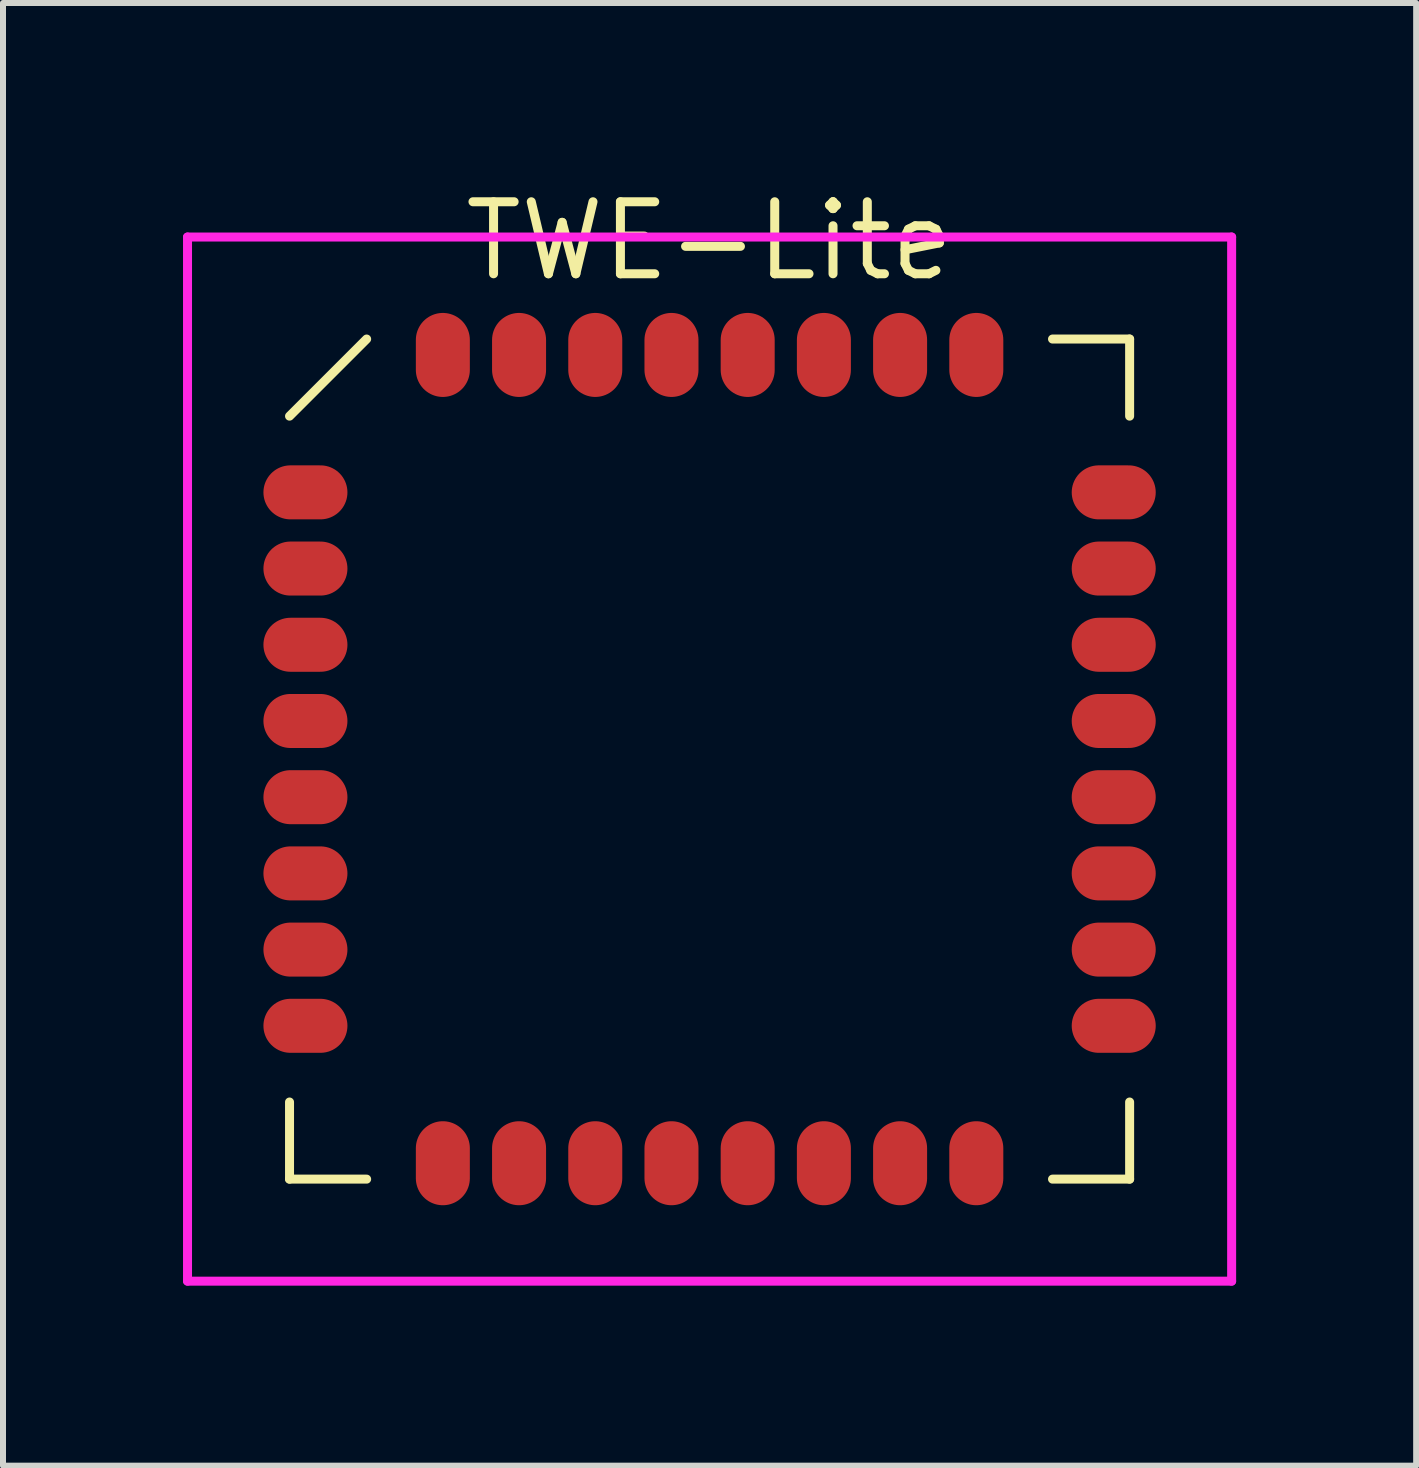
<source format=kicad_pcb>
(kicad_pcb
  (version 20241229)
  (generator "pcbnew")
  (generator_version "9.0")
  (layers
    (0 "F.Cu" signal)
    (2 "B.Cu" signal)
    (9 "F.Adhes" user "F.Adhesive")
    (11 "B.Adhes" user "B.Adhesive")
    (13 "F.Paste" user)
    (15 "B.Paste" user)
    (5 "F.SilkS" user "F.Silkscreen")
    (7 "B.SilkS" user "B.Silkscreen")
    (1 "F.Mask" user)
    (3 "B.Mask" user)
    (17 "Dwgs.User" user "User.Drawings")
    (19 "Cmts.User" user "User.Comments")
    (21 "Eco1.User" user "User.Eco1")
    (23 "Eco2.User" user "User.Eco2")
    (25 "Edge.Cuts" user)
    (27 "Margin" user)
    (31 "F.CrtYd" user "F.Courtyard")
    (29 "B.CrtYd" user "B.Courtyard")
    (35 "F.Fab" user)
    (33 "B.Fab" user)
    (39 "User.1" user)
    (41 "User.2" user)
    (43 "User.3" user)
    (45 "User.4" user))
  (footprint "TWE-Lite"
    (layer "F.Cu")
    (at 8.775 9.6)
    (property "Reference" "TWE-Lite" (at 0 -8.635 0) (layer "F.SilkS") (effects (font (size 1.2 1.2) (thickness 0.15))))
    (attr through_hole)
    (fp_line (start -7 -5.715) (end -5.715 -7) (stroke (width 0.15) (type solid)) (layer "F.SilkS"))
    (fp_line (start -7 7) (end -7 5.715) (stroke (width 0.15) (type solid)) (layer "F.SilkS"))
    (fp_line (start -5.715 7) (end -7 7) (stroke (width 0.15) (type solid)) (layer "F.SilkS"))
    (fp_line (start 5.715 -7) (end 7 -7) (stroke (width 0.15) (type solid)) (layer "F.SilkS"))
    (fp_line (start 5.715 7) (end 7 7) (stroke (width 0.15) (type solid)) (layer "F.SilkS"))
    (fp_line (start 7 -7) (end 7 -5.715) (stroke (width 0.15) (type solid)) (layer "F.SilkS"))
    (fp_line (start 7 7) (end 7 5.715) (stroke (width 0.15) (type solid)) (layer "F.SilkS"))
    (fp_line (start -8.7 -8.7) (end 8.7 -8.7) (stroke (width 0.15) (type solid)) (layer "F.CrtYd"))
    (fp_line (start -8.7 8.7) (end -8.7 -8.7) (stroke (width 0.15) (type solid)) (layer "F.CrtYd"))
    (fp_line (start 8.7 -8.7) (end 8.7 8.7) (stroke (width 0.15) (type solid)) (layer "F.CrtYd"))
    (fp_line (start 8.7 8.7) (end -8.7 8.7) (stroke (width 0.15) (type solid)) (layer "F.CrtYd"))
    (pad "1" smd oval (at -6.735 -4.445 90) (size 0.9 1.4) (layers "F.Cu" "F.Mask" "F.Paste"))
    (pad "2" smd oval (at -6.735 -3.175 90) (size 0.9 1.4) (layers "F.Cu" "F.Mask" "F.Paste"))
    (pad "3" smd oval (at -6.735 -1.905 90) (size 0.9 1.4) (layers "F.Cu" "F.Mask" "F.Paste"))
    (pad "4" smd oval (at -6.735 -0.635 90) (size 0.9 1.4) (layers "F.Cu" "F.Mask" "F.Paste"))
    (pad "5" smd oval (at -6.735 0.635 90) (size 0.9 1.4) (layers "F.Cu" "F.Mask" "F.Paste"))
    (pad "6" smd oval (at -6.735 1.905 90) (size 0.9 1.4) (layers "F.Cu" "F.Mask" "F.Paste"))
    (pad "7" smd oval (at -6.735 3.175 90) (size 0.9 1.4) (layers "F.Cu" "F.Mask" "F.Paste"))
    (pad "8" smd oval (at -6.735 4.445 90) (size 0.9 1.4) (layers "F.Cu" "F.Mask" "F.Paste"))
    (pad "9" smd oval (at -4.445 6.735) (size 0.9 1.4) (layers "F.Cu" "F.Mask" "F.Paste"))
    (pad "10" smd oval (at -3.175 6.735) (size 0.9 1.4) (layers "F.Cu" "F.Mask" "F.Paste"))
    (pad "11" smd oval (at -1.905 6.735) (size 0.9 1.4) (layers "F.Cu" "F.Mask" "F.Paste"))
    (pad "12" smd oval (at -0.635 6.735) (size 0.9 1.4) (layers "F.Cu" "F.Mask" "F.Paste"))
    (pad "13" smd oval (at 0.635 6.735) (size 0.9 1.4) (layers "F.Cu" "F.Mask" "F.Paste"))
    (pad "14" smd oval (at 1.905 6.735) (size 0.9 1.4) (layers "F.Cu" "F.Mask" "F.Paste"))
    (pad "15" smd oval (at 3.175 6.735) (size 0.9 1.4) (layers "F.Cu" "F.Mask" "F.Paste"))
    (pad "16" smd oval (at 4.445 6.735) (size 0.9 1.4) (layers "F.Cu" "F.Mask" "F.Paste"))
    (pad "17" smd oval (at 6.735 4.445 90) (size 0.9 1.4) (layers "F.Cu" "F.Mask" "F.Paste"))
    (pad "18" smd oval (at 6.735 3.175 90) (size 0.9 1.4) (layers "F.Cu" "F.Mask" "F.Paste"))
    (pad "19" smd oval (at 6.735 1.905 90) (size 0.9 1.4) (layers "F.Cu" "F.Mask" "F.Paste"))
    (pad "20" smd oval (at 6.735 0.635 90) (size 0.9 1.4) (layers "F.Cu" "F.Mask" "F.Paste"))
    (pad "21" smd oval (at 6.735 -0.635 90) (size 0.9 1.4) (layers "F.Cu" "F.Mask" "F.Paste"))
    (pad "22" smd oval (at 6.735 -1.905 90) (size 0.9 1.4) (layers "F.Cu" "F.Mask" "F.Paste"))
    (pad "23" smd oval (at 6.735 -3.175 90) (size 0.9 1.4) (layers "F.Cu" "F.Mask" "F.Paste"))
    (pad "24" smd oval (at 6.735 -4.445 90) (size 0.9 1.4) (layers "F.Cu" "F.Mask" "F.Paste"))
    (pad "25" smd oval (at 4.445 -6.735) (size 0.9 1.4) (layers "F.Cu" "F.Mask" "F.Paste"))
    (pad "26" smd oval (at 3.175 -6.735) (size 0.9 1.4) (layers "F.Cu" "F.Mask" "F.Paste"))
    (pad "27" smd oval (at 1.905 -6.735) (size 0.9 1.4) (layers "F.Cu" "F.Mask" "F.Paste"))
    (pad "28" smd oval (at 0.635 -6.735) (size 0.9 1.4) (layers "F.Cu" "F.Mask" "F.Paste"))
    (pad "29" smd oval (at -0.635 -6.735) (size 0.9 1.4) (layers "F.Cu" "F.Mask" "F.Paste"))
    (pad "30" smd oval (at -1.905 -6.735) (size 0.9 1.4) (layers "F.Cu" "F.Mask" "F.Paste"))
    (pad "31" smd oval (at -3.175 -6.735) (size 0.9 1.4) (layers "F.Cu" "F.Mask" "F.Paste"))
    (pad "32" smd oval (at -4.445 -6.735) (size 0.9 1.4) (layers "F.Cu" "F.Mask" "F.Paste")))
  (gr_rect
    (start -3 -3)
    (end 20.55 21.375)
    (stroke (width 0.1) (type default))
    (fill no)
    (layer "Edge.Cuts")))
</source>
